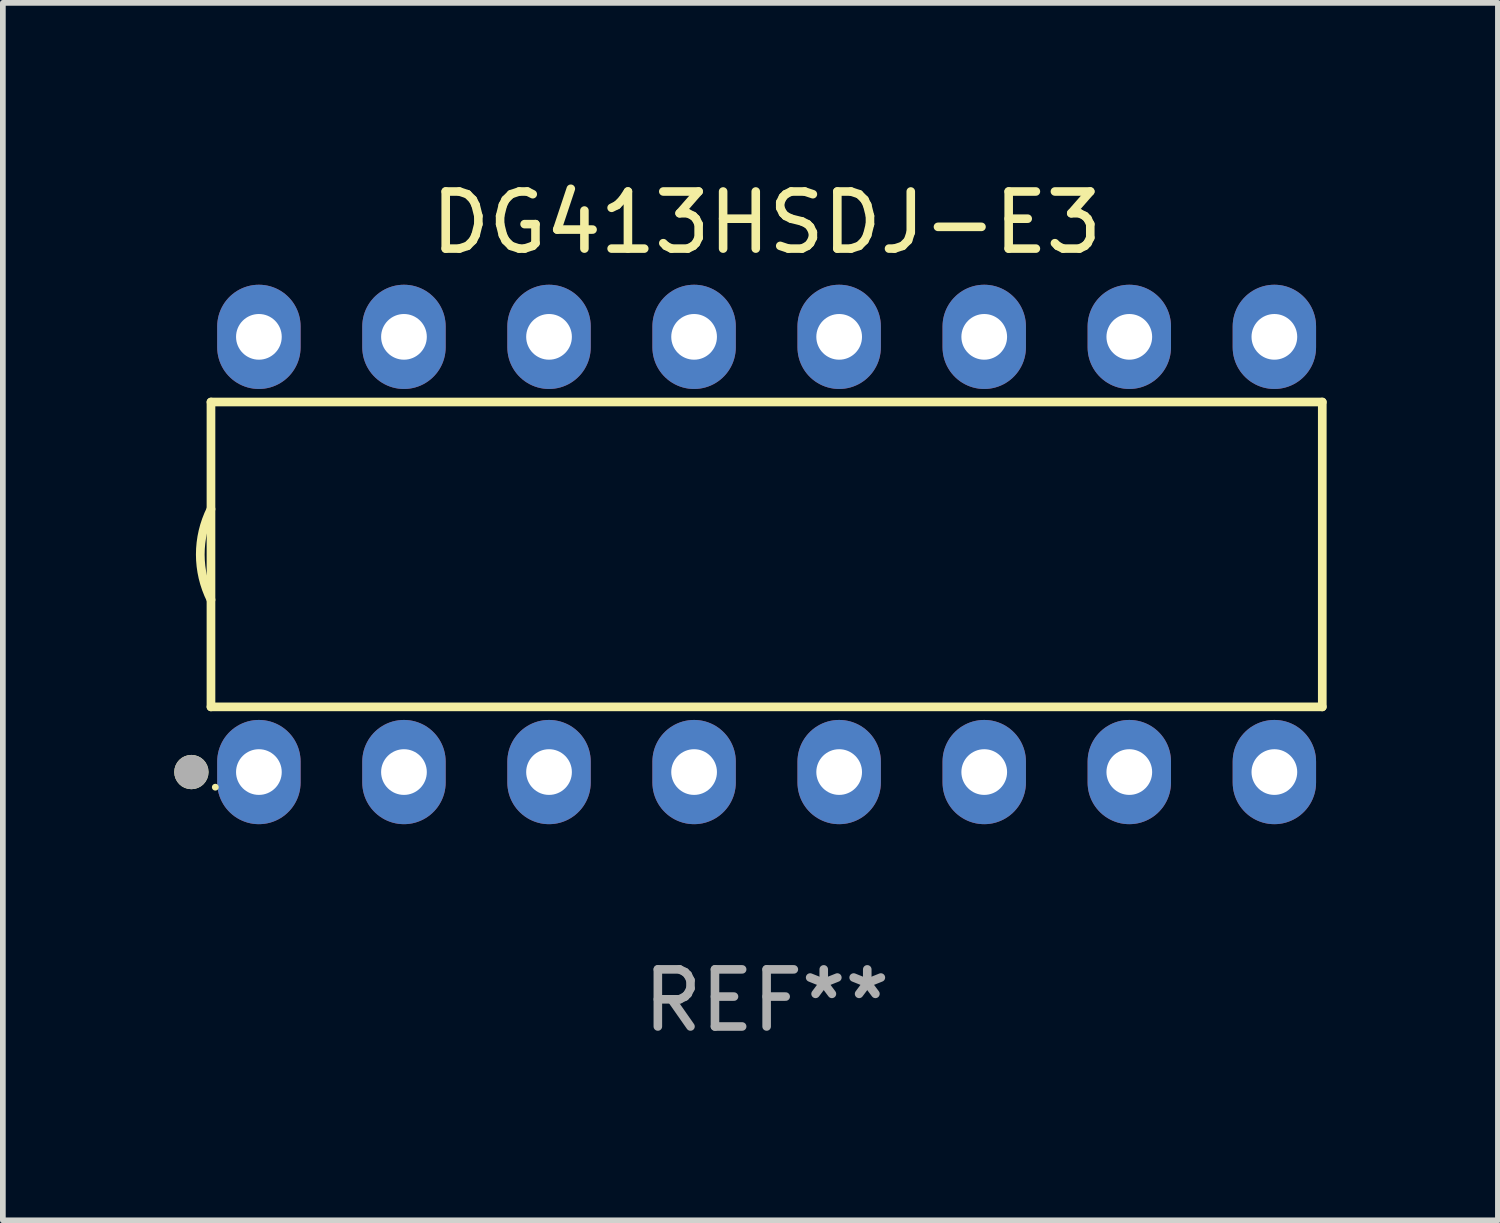
<source format=kicad_pcb>
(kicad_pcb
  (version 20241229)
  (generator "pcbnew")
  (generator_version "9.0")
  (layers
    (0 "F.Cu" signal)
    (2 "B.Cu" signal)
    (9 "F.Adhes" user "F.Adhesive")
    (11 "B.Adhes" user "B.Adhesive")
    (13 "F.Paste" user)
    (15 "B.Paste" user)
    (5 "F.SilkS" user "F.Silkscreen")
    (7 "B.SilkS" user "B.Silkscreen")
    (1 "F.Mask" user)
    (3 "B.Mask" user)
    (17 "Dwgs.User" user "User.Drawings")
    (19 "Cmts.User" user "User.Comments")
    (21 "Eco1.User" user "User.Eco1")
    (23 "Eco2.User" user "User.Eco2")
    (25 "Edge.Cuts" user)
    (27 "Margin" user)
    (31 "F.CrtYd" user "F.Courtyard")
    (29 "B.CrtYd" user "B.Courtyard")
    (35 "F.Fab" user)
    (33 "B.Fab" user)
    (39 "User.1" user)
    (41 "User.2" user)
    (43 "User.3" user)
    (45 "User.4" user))
  (footprint "DG413HSDJ-E3"
    (layer "F.Cu")
    (at 10.373 6.658)
    (property "Reference" "DG413HSDJ-E3" (at 0 -5.81 0) (layer "F.SilkS") (effects (font (size 1 1) (thickness 0.15))))
    (attr through_hole)
    (fp_line (start -9.729 -2.669) (end 9.729 -2.669) (stroke (width 0.152) (type solid)) (layer "F.SilkS"))
    (fp_line (start -9.729 2.669) (end -9.729 -2.669) (stroke (width 0.152) (type solid)) (layer "F.SilkS"))
    (fp_line (start 9.729 -2.669) (end 9.729 2.669) (stroke (width 0.152) (type solid)) (layer "F.SilkS"))
    (fp_line (start 9.729 2.669) (end -9.729 2.669) (stroke (width 0.152) (type solid)) (layer "F.SilkS"))
    (fp_arc (start -9.728727 0.793751) (mid -9.916106 0) (end -9.728727 -0.793752) (stroke (width 0.1524) (type solid)) (layer "F.SilkS"))
    (fp_circle (center -10.072 3.81) (end -9.922 3.81) (stroke (width 0.3) (type solid)) (fill no) (layer "F.SilkS"))
    (fp_circle (center -9.653 4.075) (end -9.623 4.075) (stroke (width 0.06) (type solid)) (fill no) (layer "F.SilkS"))
    (fp_circle (center -10.072 3.81) (end -9.922 3.81) (stroke (width 0.3) (type solid)) (fill no) (layer "F.Fab"))
    (fp_text user "REF**" (at 0 7.81 0) (layer "F.Fab") (effects (font (size 1 1) (thickness 0.15))))
    (pad "1" thru_hole oval (at -8.89 3.81) (size 1.46 1.825) (drill 0.8) (layers "*.Cu" "*.Mask"))
    (pad "2" thru_hole oval (at -6.35 3.81) (size 1.46 1.825) (drill 0.8) (layers "*.Cu" "*.Mask"))
    (pad "3" thru_hole oval (at -3.81 3.81) (size 1.46 1.825) (drill 0.8) (layers "*.Cu" "*.Mask"))
    (pad "4" thru_hole oval (at -1.27 3.81) (size 1.46 1.825) (drill 0.8) (layers "*.Cu" "*.Mask"))
    (pad "5" thru_hole oval (at 1.27 3.81) (size 1.46 1.825) (drill 0.8) (layers "*.Cu" "*.Mask"))
    (pad "6" thru_hole oval (at 3.81 3.81) (size 1.46 1.825) (drill 0.8) (layers "*.Cu" "*.Mask"))
    (pad "7" thru_hole oval (at 6.35 3.81) (size 1.46 1.825) (drill 0.8) (layers "*.Cu" "*.Mask"))
    (pad "8" thru_hole oval (at 8.89 3.81) (size 1.46 1.825) (drill 0.8) (layers "*.Cu" "*.Mask"))
    (pad "9" thru_hole oval (at 8.89 -3.81) (size 1.46 1.825) (drill 0.8) (layers "*.Cu" "*.Mask"))
    (pad "10" thru_hole oval (at 6.35 -3.81) (size 1.46 1.825) (drill 0.8) (layers "*.Cu" "*.Mask"))
    (pad "11" thru_hole oval (at 3.81 -3.81) (size 1.46 1.825) (drill 0.8) (layers "*.Cu" "*.Mask"))
    (pad "12" thru_hole oval (at 1.27 -3.81) (size 1.46 1.825) (drill 0.8) (layers "*.Cu" "*.Mask"))
    (pad "13" thru_hole oval (at -1.27 -3.81) (size 1.46 1.825) (drill 0.8) (layers "*.Cu" "*.Mask"))
    (pad "14" thru_hole oval (at -3.81 -3.81) (size 1.46 1.825) (drill 0.8) (layers "*.Cu" "*.Mask"))
    (pad "15" thru_hole oval (at -6.35 -3.81) (size 1.46 1.825) (drill 0.8) (layers "*.Cu" "*.Mask"))
    (pad "16" thru_hole oval (at -8.89 -3.81) (size 1.46 1.825) (drill 0.8) (layers "*.Cu" "*.Mask")))
  (gr_rect
    (start -3 -3)
    (end 23.177 18.317)
    (stroke (width 0.1) (type default))
    (fill no)
    (layer "Edge.Cuts")))
</source>
